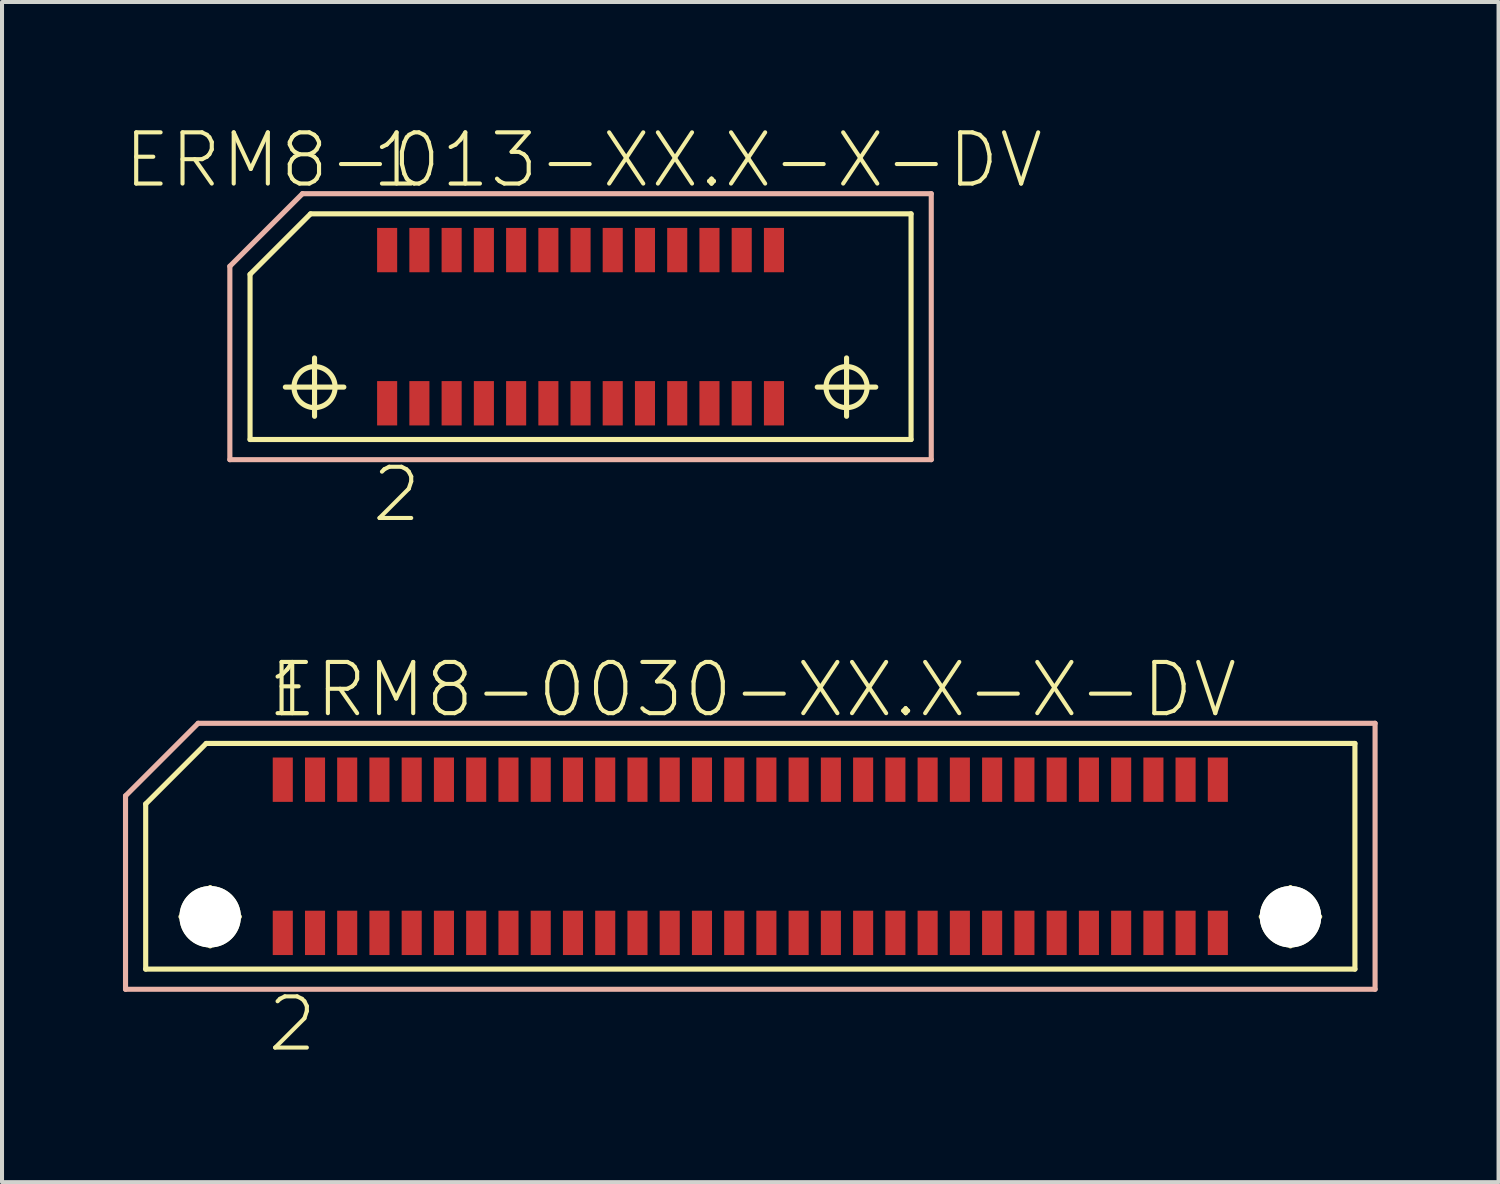
<source format=kicad_pcb>
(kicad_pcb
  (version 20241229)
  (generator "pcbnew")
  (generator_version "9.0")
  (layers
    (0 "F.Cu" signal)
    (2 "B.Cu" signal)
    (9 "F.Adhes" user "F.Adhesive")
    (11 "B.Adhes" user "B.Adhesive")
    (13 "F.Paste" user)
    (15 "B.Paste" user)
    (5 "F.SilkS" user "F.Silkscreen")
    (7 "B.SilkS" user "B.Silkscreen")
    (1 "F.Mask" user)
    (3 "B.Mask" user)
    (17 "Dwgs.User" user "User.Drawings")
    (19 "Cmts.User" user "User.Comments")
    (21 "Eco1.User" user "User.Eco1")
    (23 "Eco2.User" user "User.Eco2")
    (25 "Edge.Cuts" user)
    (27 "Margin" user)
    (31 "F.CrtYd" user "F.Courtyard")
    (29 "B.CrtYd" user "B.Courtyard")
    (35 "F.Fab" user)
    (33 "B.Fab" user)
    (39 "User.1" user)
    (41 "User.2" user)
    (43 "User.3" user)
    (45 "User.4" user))
  (footprint "ERM8-0030-XX.X-X-DV"
    (layer "F.Cu")
    (at 15.563 18.192)
    (property "Reference" "ERM8-0030-XX.X-X-DV" (at 0.074 -4.133 0) (layer "F.SilkS") (effects (font (size 1.27 1.27) (thickness 0.102))))
    (attr smd)
    (fp_line (start -14.999 -1.298) (end -13.498 -2.799) (stroke (width 0.127) (type solid)) (layer "F.SilkS"))
    (fp_line (start -14.999 2.799) (end -14.999 -1.298) (stroke (width 0.127) (type solid)) (layer "F.SilkS"))
    (fp_line (start -14.125 1.499) (end -12.675 1.499) (stroke (width 0.127) (type solid)) (layer "F.SilkS"))
    (fp_line (start -13.498 -2.799) (end 14.999 -2.799) (stroke (width 0.127) (type solid)) (layer "F.SilkS"))
    (fp_line (start -13.399 2.223) (end -13.399 0.775) (stroke (width 0.127) (type solid)) (layer "F.SilkS"))
    (fp_line (start 12.675 1.499) (end 14.125 1.499) (stroke (width 0.127) (type solid)) (layer "F.SilkS"))
    (fp_line (start 13.399 2.223) (end 13.399 0.775) (stroke (width 0.127) (type solid)) (layer "F.SilkS"))
    (fp_line (start 14.999 -2.799) (end 14.999 2.799) (stroke (width 0.127) (type solid)) (layer "F.SilkS"))
    (fp_line (start 14.999 2.799) (end -14.999 2.799) (stroke (width 0.127) (type solid)) (layer "F.SilkS"))
    (fp_circle (center -13.399 1.499) (end -13.759 1.859) (stroke (width 0.127) (type solid)) (fill no) (layer "F.SilkS"))
    (fp_circle (center 13.399 1.499) (end 13.759 1.859) (stroke (width 0.127) (type solid)) (fill no) (layer "F.SilkS"))
    (fp_line (start -15.499 -1.499) (end -13.698 -3.299) (stroke (width 0.127) (type solid)) (layer "B.SilkS"))
    (fp_line (start -15.499 3.299) (end -15.499 -1.499) (stroke (width 0.127) (type solid)) (layer "B.SilkS"))
    (fp_line (start -13.698 -3.299) (end 15.499 -3.299) (stroke (width 0.127) (type solid)) (layer "B.SilkS"))
    (fp_line (start 15.499 -3.299) (end 15.499 3.299) (stroke (width 0.127) (type solid)) (layer "B.SilkS"))
    (fp_line (start 15.499 3.299) (end -15.499 3.299) (stroke (width 0.127) (type solid)) (layer "B.SilkS"))
    (fp_text user "1" (at -11.364 -4.133 0) (layer "F.SilkS") (effects (font (size 1.27 1.27) (thickness 0.102))))
    (fp_text user "2" (at -11.364 4.163 0) (layer "F.SilkS") (effects (font (size 1.27 1.27) (thickness 0.102))))
    (pad "" np_thru_hole circle (at -13.4 1.5) (size 1.524 1.524) (drill 1.524) (layers "*.Cu" "*.Mask" "F.SilkS"))
    (pad "" np_thru_hole circle (at 13.4 1.5) (size 1.524 1.524) (drill 1.524) (layers "*.Cu" "*.Mask" "F.SilkS"))
    (pad "1" smd rect (at -11.598 -1.9) (size 0.498 1.1) (layers "F.Cu" "F.Mask" "F.Paste"))
    (pad "2" smd rect (at -11.598 1.9) (size 0.498 1.1) (layers "F.Cu" "F.Mask" "F.Paste"))
    (pad "3" smd rect (at -10.798 -1.9) (size 0.498 1.1) (layers "F.Cu" "F.Mask" "F.Paste"))
    (pad "4" smd rect (at -10.798 1.9) (size 0.498 1.1) (layers "F.Cu" "F.Mask" "F.Paste"))
    (pad "5" smd rect (at -10 -1.9) (size 0.498 1.1) (layers "F.Cu" "F.Mask" "F.Paste"))
    (pad "6" smd rect (at -10 1.9) (size 0.498 1.1) (layers "F.Cu" "F.Mask" "F.Paste"))
    (pad "7" smd rect (at -9.2 -1.9) (size 0.498 1.1) (layers "F.Cu" "F.Mask" "F.Paste"))
    (pad "8" smd rect (at -9.2 1.9) (size 0.498 1.1) (layers "F.Cu" "F.Mask" "F.Paste"))
    (pad "9" smd rect (at -8.4 -1.9) (size 0.498 1.1) (layers "F.Cu" "F.Mask" "F.Paste"))
    (pad "10" smd rect (at -8.4 1.9) (size 0.498 1.1) (layers "F.Cu" "F.Mask" "F.Paste"))
    (pad "11" smd rect (at -7.6 -1.9) (size 0.498 1.1) (layers "F.Cu" "F.Mask" "F.Paste"))
    (pad "12" smd rect (at -7.6 1.9) (size 0.498 1.1) (layers "F.Cu" "F.Mask" "F.Paste"))
    (pad "13" smd rect (at -6.8 -1.9) (size 0.498 1.1) (layers "F.Cu" "F.Mask" "F.Paste"))
    (pad "14" smd rect (at -6.8 1.9) (size 0.498 1.1) (layers "F.Cu" "F.Mask" "F.Paste"))
    (pad "15" smd rect (at -5.999 -1.9) (size 0.498 1.1) (layers "F.Cu" "F.Mask" "F.Paste"))
    (pad "16" smd rect (at -5.999 1.9) (size 0.498 1.1) (layers "F.Cu" "F.Mask" "F.Paste"))
    (pad "17" smd rect (at -5.199 -1.9) (size 0.498 1.1) (layers "F.Cu" "F.Mask" "F.Paste"))
    (pad "18" smd rect (at -5.199 1.9) (size 0.498 1.1) (layers "F.Cu" "F.Mask" "F.Paste"))
    (pad "19" smd rect (at -4.399 -1.9) (size 0.498 1.1) (layers "F.Cu" "F.Mask" "F.Paste"))
    (pad "20" smd rect (at -4.399 1.9) (size 0.498 1.1) (layers "F.Cu" "F.Mask" "F.Paste"))
    (pad "21" smd rect (at -3.599 -1.9) (size 0.498 1.1) (layers "F.Cu" "F.Mask" "F.Paste"))
    (pad "22" smd rect (at -3.599 1.9) (size 0.498 1.1) (layers "F.Cu" "F.Mask" "F.Paste"))
    (pad "23" smd rect (at -2.799 -1.9) (size 0.498 1.1) (layers "F.Cu" "F.Mask" "F.Paste"))
    (pad "24" smd rect (at -2.799 1.9) (size 0.498 1.1) (layers "F.Cu" "F.Mask" "F.Paste"))
    (pad "25" smd rect (at -1.999 -1.9) (size 0.498 1.1) (layers "F.Cu" "F.Mask" "F.Paste"))
    (pad "26" smd rect (at -1.999 1.9) (size 0.498 1.1) (layers "F.Cu" "F.Mask" "F.Paste"))
    (pad "27" smd rect (at -1.199 -1.9) (size 0.498 1.1) (layers "F.Cu" "F.Mask" "F.Paste"))
    (pad "28" smd rect (at -1.199 1.9) (size 0.498 1.1) (layers "F.Cu" "F.Mask" "F.Paste"))
    (pad "29" smd rect (at -0.399 -1.9) (size 0.498 1.1) (layers "F.Cu" "F.Mask" "F.Paste"))
    (pad "30" smd rect (at -0.399 1.9) (size 0.498 1.1) (layers "F.Cu" "F.Mask" "F.Paste"))
    (pad "31" smd rect (at 0.399 -1.9) (size 0.498 1.1) (layers "F.Cu" "F.Mask" "F.Paste"))
    (pad "32" smd rect (at 0.399 1.9) (size 0.498 1.1) (layers "F.Cu" "F.Mask" "F.Paste"))
    (pad "33" smd rect (at 1.199 -1.9) (size 0.498 1.1) (layers "F.Cu" "F.Mask" "F.Paste"))
    (pad "34" smd rect (at 1.199 1.9) (size 0.498 1.1) (layers "F.Cu" "F.Mask" "F.Paste"))
    (pad "35" smd rect (at 1.999 -1.9) (size 0.498 1.1) (layers "F.Cu" "F.Mask" "F.Paste"))
    (pad "36" smd rect (at 1.999 1.9) (size 0.498 1.1) (layers "F.Cu" "F.Mask" "F.Paste"))
    (pad "37" smd rect (at 2.799 -1.9) (size 0.498 1.1) (layers "F.Cu" "F.Mask" "F.Paste"))
    (pad "38" smd rect (at 2.799 1.9) (size 0.498 1.1) (layers "F.Cu" "F.Mask" "F.Paste"))
    (pad "39" smd rect (at 3.599 -1.9) (size 0.498 1.1) (layers "F.Cu" "F.Mask" "F.Paste"))
    (pad "40" smd rect (at 3.599 1.9) (size 0.498 1.1) (layers "F.Cu" "F.Mask" "F.Paste"))
    (pad "41" smd rect (at 4.399 -1.9) (size 0.498 1.1) (layers "F.Cu" "F.Mask" "F.Paste"))
    (pad "42" smd rect (at 4.399 1.9) (size 0.498 1.1) (layers "F.Cu" "F.Mask" "F.Paste"))
    (pad "43" smd rect (at 5.199 -1.9) (size 0.498 1.1) (layers "F.Cu" "F.Mask" "F.Paste"))
    (pad "44" smd rect (at 5.199 1.9) (size 0.498 1.1) (layers "F.Cu" "F.Mask" "F.Paste"))
    (pad "45" smd rect (at 5.999 -1.9) (size 0.498 1.1) (layers "F.Cu" "F.Mask" "F.Paste"))
    (pad "46" smd rect (at 5.999 1.9) (size 0.498 1.1) (layers "F.Cu" "F.Mask" "F.Paste"))
    (pad "47" smd rect (at 6.8 -1.9) (size 0.498 1.1) (layers "F.Cu" "F.Mask" "F.Paste"))
    (pad "48" smd rect (at 6.8 1.9) (size 0.498 1.1) (layers "F.Cu" "F.Mask" "F.Paste"))
    (pad "49" smd rect (at 7.6 -1.9) (size 0.498 1.1) (layers "F.Cu" "F.Mask" "F.Paste"))
    (pad "50" smd rect (at 7.6 1.9) (size 0.498 1.1) (layers "F.Cu" "F.Mask" "F.Paste"))
    (pad "51" smd rect (at 8.4 -1.9) (size 0.498 1.1) (layers "F.Cu" "F.Mask" "F.Paste"))
    (pad "52" smd rect (at 8.4 1.9) (size 0.498 1.1) (layers "F.Cu" "F.Mask" "F.Paste"))
    (pad "53" smd rect (at 9.2 -1.9) (size 0.498 1.1) (layers "F.Cu" "F.Mask" "F.Paste"))
    (pad "54" smd rect (at 9.2 1.9) (size 0.498 1.1) (layers "F.Cu" "F.Mask" "F.Paste"))
    (pad "55" smd rect (at 10 -1.9) (size 0.498 1.1) (layers "F.Cu" "F.Mask" "F.Paste"))
    (pad "56" smd rect (at 10 1.9) (size 0.498 1.1) (layers "F.Cu" "F.Mask" "F.Paste"))
    (pad "57" smd rect (at 10.798 -1.9) (size 0.498 1.1) (layers "F.Cu" "F.Mask" "F.Paste"))
    (pad "58" smd rect (at 10.798 1.9) (size 0.498 1.1) (layers "F.Cu" "F.Mask" "F.Paste"))
    (pad "59" smd rect (at 11.598 -1.9) (size 0.498 1.1) (layers "F.Cu" "F.Mask" "F.Paste"))
    (pad "60" smd rect (at 11.598 1.9) (size 0.498 1.1) (layers "F.Cu" "F.Mask" "F.Paste")))
  (footprint "ERM8-013-XX.X-X-DV"
    (layer "F.Cu")
    (at 11.352 5.054)
    (property "Reference" "ERM8-013-XX.X-X-DV" (at 0.074 -4.133 0) (layer "F.SilkS") (effects (font (size 1.27 1.27) (thickness 0.102))))
    (attr smd)
    (fp_line (start -8.199 -1.298) (end -6.698 -2.799) (stroke (width 0.127) (type solid)) (layer "F.SilkS"))
    (fp_line (start -8.199 2.799) (end -8.199 -1.298) (stroke (width 0.127) (type solid)) (layer "F.SilkS"))
    (fp_line (start -7.323 1.499) (end -5.872 1.499) (stroke (width 0.127) (type solid)) (layer "F.SilkS"))
    (fp_line (start -6.698 -2.799) (end 8.199 -2.799) (stroke (width 0.127) (type solid)) (layer "F.SilkS"))
    (fp_line (start -6.599 2.223) (end -6.599 0.775) (stroke (width 0.127) (type solid)) (layer "F.SilkS"))
    (fp_line (start 5.872 1.499) (end 7.323 1.499) (stroke (width 0.127) (type solid)) (layer "F.SilkS"))
    (fp_line (start 6.599 2.223) (end 6.599 0.775) (stroke (width 0.127) (type solid)) (layer "F.SilkS"))
    (fp_line (start 8.199 -2.799) (end 8.199 2.799) (stroke (width 0.127) (type solid)) (layer "F.SilkS"))
    (fp_line (start 8.199 2.799) (end -8.199 2.799) (stroke (width 0.127) (type solid)) (layer "F.SilkS"))
    (fp_circle (center -6.599 1.499) (end -6.96 1.859) (stroke (width 0.127) (type solid)) (fill no) (layer "F.SilkS"))
    (fp_circle (center 6.599 1.499) (end 6.96 1.859) (stroke (width 0.127) (type solid)) (fill no) (layer "F.SilkS"))
    (fp_line (start -8.7 -1.499) (end -6.899 -3.299) (stroke (width 0.127) (type solid)) (layer "B.SilkS"))
    (fp_line (start -8.7 3.299) (end -8.7 -1.499) (stroke (width 0.127) (type solid)) (layer "B.SilkS"))
    (fp_line (start -6.899 -3.299) (end 8.7 -3.299) (stroke (width 0.127) (type solid)) (layer "B.SilkS"))
    (fp_line (start 8.7 -3.299) (end 8.7 3.299) (stroke (width 0.127) (type solid)) (layer "B.SilkS"))
    (fp_line (start 8.7 3.299) (end -8.7 3.299) (stroke (width 0.127) (type solid)) (layer "B.SilkS"))
    (fp_text user "1" (at -4.564 -4.133 0) (layer "F.SilkS") (effects (font (size 1.27 1.27) (thickness 0.102))))
    (fp_text user "2" (at -4.564 4.163 0) (layer "F.SilkS") (effects (font (size 1.27 1.27) (thickness 0.102))))
    (pad "1" smd rect (at -4.798 -1.9) (size 0.498 1.1) (layers "F.Cu" "F.Mask" "F.Paste"))
    (pad "2" smd rect (at -4.798 1.9) (size 0.498 1.1) (layers "F.Cu" "F.Mask" "F.Paste"))
    (pad "3" smd rect (at -3.998 -1.9) (size 0.498 1.1) (layers "F.Cu" "F.Mask" "F.Paste"))
    (pad "4" smd rect (at -3.998 1.9) (size 0.498 1.1) (layers "F.Cu" "F.Mask" "F.Paste"))
    (pad "5" smd rect (at -3.198 -1.9) (size 0.498 1.1) (layers "F.Cu" "F.Mask" "F.Paste"))
    (pad "6" smd rect (at -3.198 1.9) (size 0.498 1.1) (layers "F.Cu" "F.Mask" "F.Paste"))
    (pad "7" smd rect (at -2.398 -1.9) (size 0.498 1.1) (layers "F.Cu" "F.Mask" "F.Paste"))
    (pad "8" smd rect (at -2.398 1.9) (size 0.498 1.1) (layers "F.Cu" "F.Mask" "F.Paste"))
    (pad "9" smd rect (at -1.598 -1.9) (size 0.498 1.1) (layers "F.Cu" "F.Mask" "F.Paste"))
    (pad "10" smd rect (at -1.598 1.9) (size 0.498 1.1) (layers "F.Cu" "F.Mask" "F.Paste"))
    (pad "11" smd rect (at -0.798 -1.9) (size 0.498 1.1) (layers "F.Cu" "F.Mask" "F.Paste"))
    (pad "12" smd rect (at -0.798 1.9) (size 0.498 1.1) (layers "F.Cu" "F.Mask" "F.Paste"))
    (pad "13" smd rect (at 0 -1.9) (size 0.498 1.1) (layers "F.Cu" "F.Mask" "F.Paste"))
    (pad "14" smd rect (at 0 1.9) (size 0.498 1.1) (layers "F.Cu" "F.Mask" "F.Paste"))
    (pad "15" smd rect (at 0.798 -1.9) (size 0.498 1.1) (layers "F.Cu" "F.Mask" "F.Paste"))
    (pad "16" smd rect (at 0.798 1.9) (size 0.498 1.1) (layers "F.Cu" "F.Mask" "F.Paste"))
    (pad "17" smd rect (at 1.598 -1.9) (size 0.498 1.1) (layers "F.Cu" "F.Mask" "F.Paste"))
    (pad "18" smd rect (at 1.598 1.9) (size 0.498 1.1) (layers "F.Cu" "F.Mask" "F.Paste"))
    (pad "19" smd rect (at 2.398 -1.9) (size 0.498 1.1) (layers "F.Cu" "F.Mask" "F.Paste"))
    (pad "20" smd rect (at 2.398 1.9) (size 0.498 1.1) (layers "F.Cu" "F.Mask" "F.Paste"))
    (pad "21" smd rect (at 3.198 -1.9) (size 0.498 1.1) (layers "F.Cu" "F.Mask" "F.Paste"))
    (pad "22" smd rect (at 3.198 1.9) (size 0.498 1.1) (layers "F.Cu" "F.Mask" "F.Paste"))
    (pad "23" smd rect (at 3.998 -1.9) (size 0.498 1.1) (layers "F.Cu" "F.Mask" "F.Paste"))
    (pad "24" smd rect (at 3.998 1.9) (size 0.498 1.1) (layers "F.Cu" "F.Mask" "F.Paste"))
    (pad "25" smd rect (at 4.798 -1.9) (size 0.498 1.1) (layers "F.Cu" "F.Mask" "F.Paste"))
    (pad "26" smd rect (at 4.798 1.9) (size 0.498 1.1) (layers "F.Cu" "F.Mask" "F.Paste")))
  (gr_rect
    (start -3 -3)
    (end 34.125 26.276)
    (stroke (width 0.1) (type default))
    (fill no)
    (layer "Edge.Cuts")))
</source>
